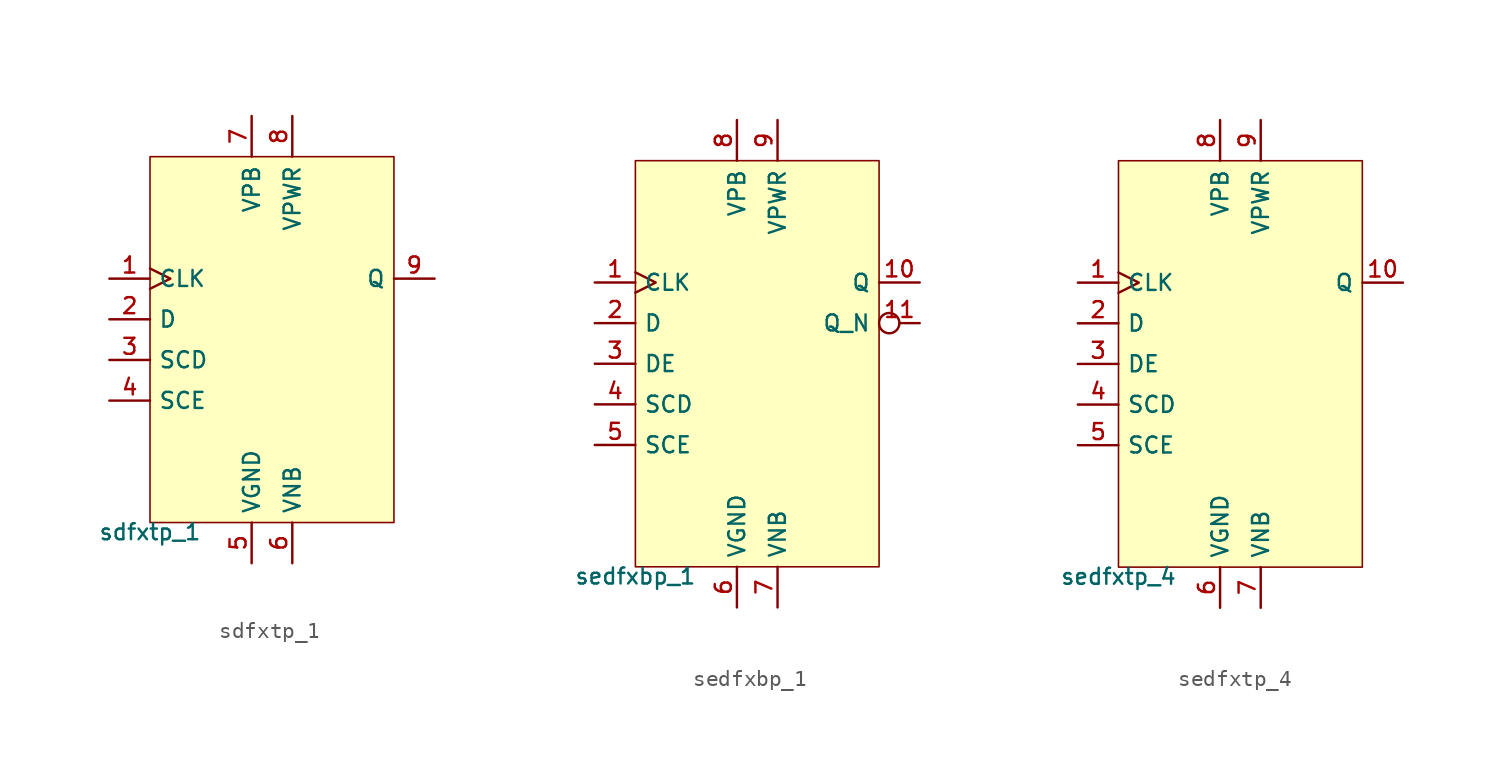
<source format=kicad_sym>
(kicad_symbol_lib
  (version 20211014)
  (generator pdk2kicad)
  (symbol "sdfxtp_1"
    (property "Reference" "X"
      (at 0 0 0)
      (effects (font (size 1 1)) hide))
    (property "Value" "sdfxtp_1"
      (at -7.62 -11.43 0)
      (effects (font (size 1 1)) (justify top)))
    (rectangle
      (start -7.62 -11.43)
      (end 7.62 11.43)
      (stroke (width 0.1) (type solid) (color 0 0 0 0))
      (fill (type background)))
    (pin input clock
      (at -10.16 3.81 0)
      (length 2.54)
      (name "CLK" (effects (font (size 1 1)) hide))
      (number "1" (effects (font (size 1 1)) hide)))
    (pin input line
      (at -10.16 1.27 0)
      (length 2.54)
      (name "D" (effects (font (size 1 1)) hide))
      (number "2" (effects (font (size 1 1)) hide)))
    (pin input line
      (at -10.16 -1.27 0)
      (length 2.54)
      (name "SCD" (effects (font (size 1 1)) hide))
      (number "3" (effects (font (size 1 1)) hide)))
    (pin input line
      (at -10.16 -3.81 0)
      (length 2.54)
      (name "SCE" (effects (font (size 1 1)) hide))
      (number "4" (effects (font (size 1 1)) hide)))
    (pin power_in line
      (at -1.27 -13.97 90)
      (length 2.54)
      (name "VGND" (effects (font (size 1 1)) hide))
      (number "5" (effects (font (size 1 1)) hide)))
    (pin power_in line
      (at 1.27 -13.97 90)
      (length 2.54)
      (name "VNB" (effects (font (size 1 1)) hide))
      (number "6" (effects (font (size 1 1)) hide)))
    (pin power_in line
      (at -1.27 13.97 270)
      (length 2.54)
      (name "VPB" (effects (font (size 1 1)) hide))
      (number "7" (effects (font (size 1 1)) hide)))
    (pin power_in line
      (at 1.27 13.97 270)
      (length 2.54)
      (name "VPWR" (effects (font (size 1 1)) hide))
      (number "8" (effects (font (size 1 1)) hide)))
    (pin output line
      (at 10.16 3.81 180)
      (length 2.54)
      (name "Q" (effects (font (size 1 1)) hide))
      (number "9" (effects (font (size 1 1)) hide))))
  (symbol "sedfxbp_1"
    (property "Reference" "X"
      (at 0 0 0)
      (effects (font (size 1 1)) hide))
    (property "Value" "sedfxbp_1"
      (at -7.62 -12.7 0)
      (effects (font (size 1 1)) (justify top)))
    (rectangle
      (start -7.62 -12.7)
      (end 7.62 12.7)
      (stroke (width 0.1) (type solid) (color 0 0 0 0))
      (fill (type background)))
    (pin input clock
      (at -10.16 5.08 0)
      (length 2.54)
      (name "CLK" (effects (font (size 1 1)) hide))
      (number "1" (effects (font (size 1 1)) hide)))
    (pin input line
      (at -10.16 2.54 0)
      (length 2.54)
      (name "D" (effects (font (size 1 1)) hide))
      (number "2" (effects (font (size 1 1)) hide)))
    (pin input line
      (at -10.16 -8.881784197001252e-16 0)
      (length 2.54)
      (name "DE" (effects (font (size 1 1)) hide))
      (number "3" (effects (font (size 1 1)) hide)))
    (pin input line
      (at -10.16 -2.54 0)
      (length 2.54)
      (name "SCD" (effects (font (size 1 1)) hide))
      (number "4" (effects (font (size 1 1)) hide)))
    (pin input line
      (at -10.16 -5.08 0)
      (length 2.54)
      (name "SCE" (effects (font (size 1 1)) hide))
      (number "5" (effects (font (size 1 1)) hide)))
    (pin power_in line
      (at -1.27 -15.24 90)
      (length 2.54)
      (name "VGND" (effects (font (size 1 1)) hide))
      (number "6" (effects (font (size 1 1)) hide)))
    (pin power_in line
      (at 1.27 -15.24 90)
      (length 2.54)
      (name "VNB" (effects (font (size 1 1)) hide))
      (number "7" (effects (font (size 1 1)) hide)))
    (pin power_in line
      (at -1.27 15.24 270)
      (length 2.54)
      (name "VPB" (effects (font (size 1 1)) hide))
      (number "8" (effects (font (size 1 1)) hide)))
    (pin power_in line
      (at 1.27 15.24 270)
      (length 2.54)
      (name "VPWR" (effects (font (size 1 1)) hide))
      (number "9" (effects (font (size 1 1)) hide)))
    (pin output line
      (at 10.16 5.08 180)
      (length 2.54)
      (name "Q" (effects (font (size 1 1)) hide))
      (number "10" (effects (font (size 1 1)) hide)))
    (pin output inverted
      (at 10.16 2.54 180)
      (length 2.54)
      (name "Q_N" (effects (font (size 1 1)) hide))
      (number "11" (effects (font (size 1 1)) hide))))
  (symbol "sedfxtp_4"
    (property "Reference" "X"
      (at 0 0 0)
      (effects (font (size 1 1)) hide))
    (property "Value" "sedfxtp_4"
      (at -7.62 -12.7 0)
      (effects (font (size 1 1)) (justify top)))
    (rectangle
      (start -7.62 -12.7)
      (end 7.62 12.7)
      (stroke (width 0.1) (type solid) (color 0 0 0 0))
      (fill (type background)))
    (pin input clock
      (at -10.16 5.08 0)
      (length 2.54)
      (name "CLK" (effects (font (size 1 1)) hide))
      (number "1" (effects (font (size 1 1)) hide)))
    (pin input line
      (at -10.16 2.54 0)
      (length 2.54)
      (name "D" (effects (font (size 1 1)) hide))
      (number "2" (effects (font (size 1 1)) hide)))
    (pin input line
      (at -10.16 -8.881784197001252e-16 0)
      (length 2.54)
      (name "DE" (effects (font (size 1 1)) hide))
      (number "3" (effects (font (size 1 1)) hide)))
    (pin input line
      (at -10.16 -2.54 0)
      (length 2.54)
      (name "SCD" (effects (font (size 1 1)) hide))
      (number "4" (effects (font (size 1 1)) hide)))
    (pin input line
      (at -10.16 -5.08 0)
      (length 2.54)
      (name "SCE" (effects (font (size 1 1)) hide))
      (number "5" (effects (font (size 1 1)) hide)))
    (pin power_in line
      (at -1.27 -15.24 90)
      (length 2.54)
      (name "VGND" (effects (font (size 1 1)) hide))
      (number "6" (effects (font (size 1 1)) hide)))
    (pin power_in line
      (at 1.27 -15.24 90)
      (length 2.54)
      (name "VNB" (effects (font (size 1 1)) hide))
      (number "7" (effects (font (size 1 1)) hide)))
    (pin power_in line
      (at -1.27 15.24 270)
      (length 2.54)
      (name "VPB" (effects (font (size 1 1)) hide))
      (number "8" (effects (font (size 1 1)) hide)))
    (pin power_in line
      (at 1.27 15.24 270)
      (length 2.54)
      (name "VPWR" (effects (font (size 1 1)) hide))
      (number "9" (effects (font (size 1 1)) hide)))
    (pin output line
      (at 10.16 5.08 180)
      (length 2.54)
      (name "Q" (effects (font (size 1 1)) hide))
      (number "10" (effects (font (size 1 1)) hide)))))
</source>
